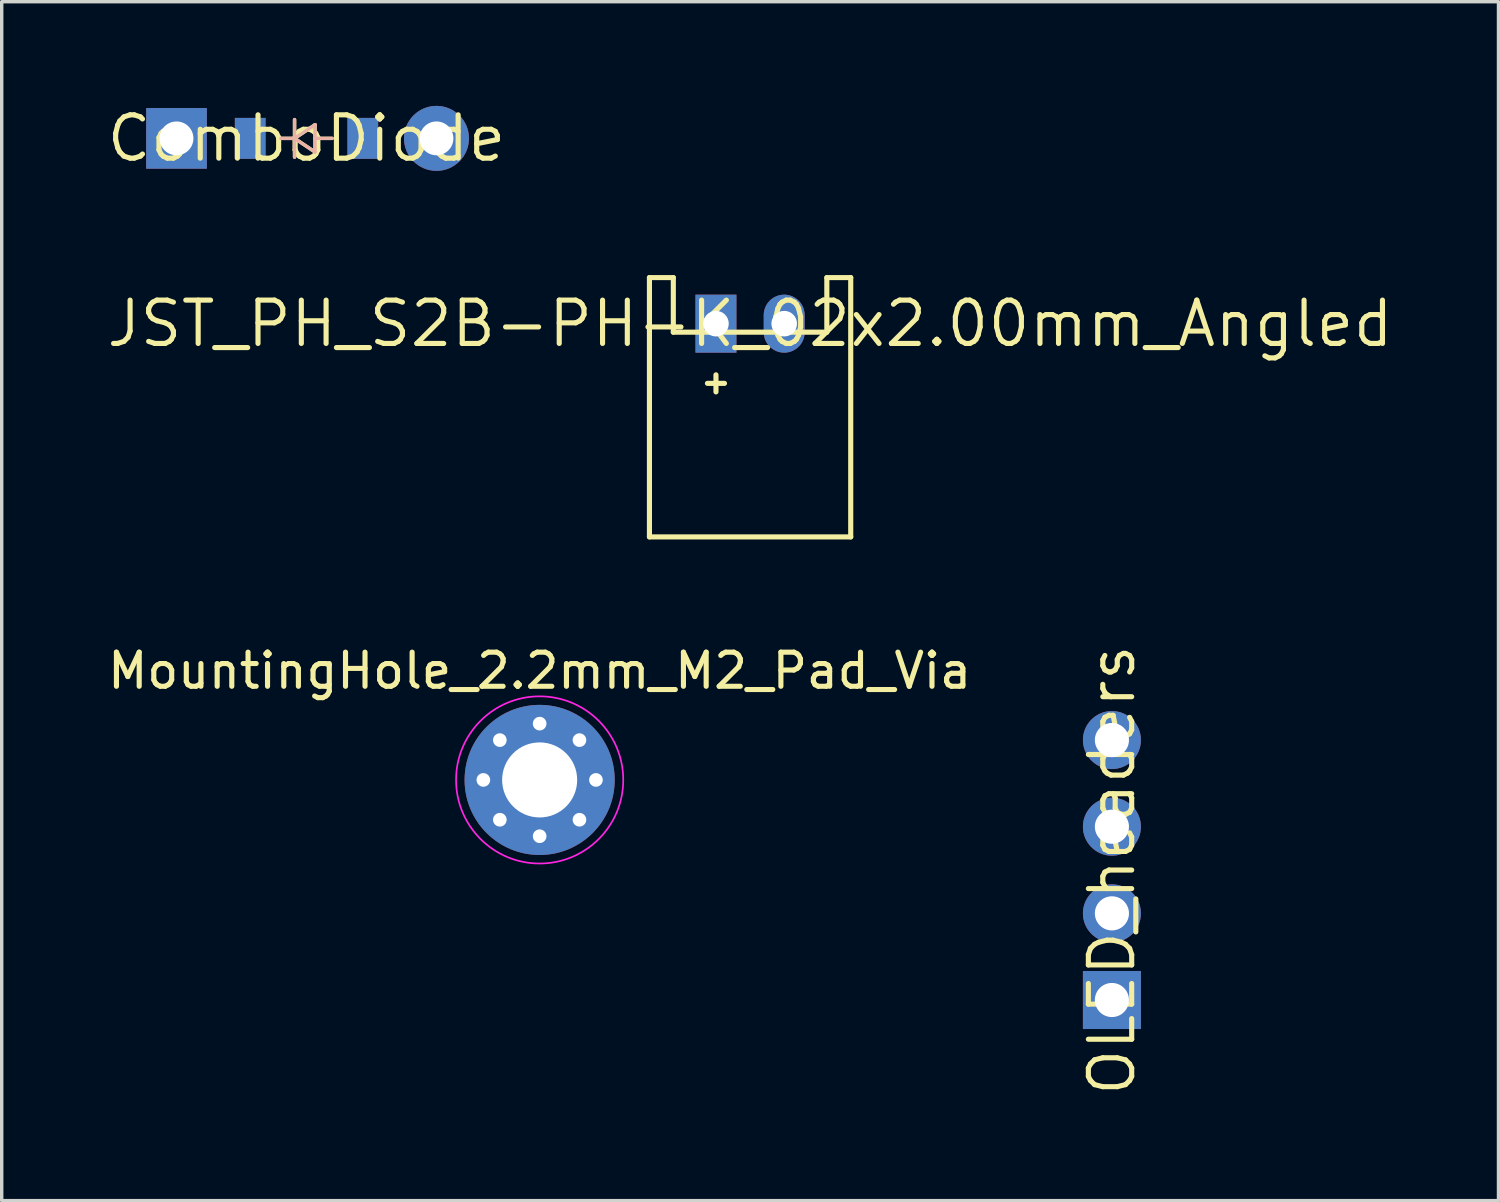
<source format=kicad_pcb>
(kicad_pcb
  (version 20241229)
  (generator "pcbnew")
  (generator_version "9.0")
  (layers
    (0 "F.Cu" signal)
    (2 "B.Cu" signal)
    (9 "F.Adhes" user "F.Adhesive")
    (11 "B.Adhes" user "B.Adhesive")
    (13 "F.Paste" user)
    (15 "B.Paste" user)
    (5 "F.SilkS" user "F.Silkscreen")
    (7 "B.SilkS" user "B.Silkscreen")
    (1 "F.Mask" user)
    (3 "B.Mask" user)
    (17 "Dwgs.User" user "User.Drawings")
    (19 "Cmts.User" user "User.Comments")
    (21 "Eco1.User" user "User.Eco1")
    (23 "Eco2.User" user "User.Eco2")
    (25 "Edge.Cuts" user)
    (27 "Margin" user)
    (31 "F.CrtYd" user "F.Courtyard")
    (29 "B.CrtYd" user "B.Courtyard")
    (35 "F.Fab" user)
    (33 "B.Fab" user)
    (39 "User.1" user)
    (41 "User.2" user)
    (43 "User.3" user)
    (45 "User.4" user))
  (footprint "MountingHole_2.2mm_M2_Pad_Via"
    (layer "F.Cu")
    (at 12.768 19.811)
    (property "Reference" "MountingHole_2.2mm_M2_Pad_Via" (at 0 -3.2 0) (layer "F.SilkS") (effects (font (size 1 1) (thickness 0.15))))
    (fp_circle (center 0 0) (end 2.45 0) (stroke (width 0.05) (type solid)) (fill no) (layer "F.CrtYd"))
    (pad "1" thru_hole circle (at -1.65 0) (size 0.7 0.7) (drill 0.4) (layers "*.Cu" "*.Mask"))
    (pad "1" thru_hole circle (at -1.167 -1.167) (size 0.7 0.7) (drill 0.4) (layers "*.Cu" "*.Mask"))
    (pad "1" thru_hole circle (at -1.167 1.167) (size 0.7 0.7) (drill 0.4) (layers "*.Cu" "*.Mask"))
    (pad "1" thru_hole circle (at 0 -1.65) (size 0.7 0.7) (drill 0.4) (layers "*.Cu" "*.Mask"))
    (pad "1" thru_hole circle (at 0 0) (size 4.4 4.4) (drill 2.2) (layers "*.Cu" "*.Mask"))
    (pad "1" thru_hole circle (at 0 1.65) (size 0.7 0.7) (drill 0.4) (layers "*.Cu" "*.Mask"))
    (pad "1" thru_hole circle (at 1.167 -1.167) (size 0.7 0.7) (drill 0.4) (layers "*.Cu" "*.Mask"))
    (pad "1" thru_hole circle (at 1.167 1.167) (size 0.7 0.7) (drill 0.4) (layers "*.Cu" "*.Mask"))
    (pad "1" thru_hole circle (at 1.65 0) (size 0.7 0.7) (drill 0.4) (layers "*.Cu" "*.Mask")))
  (footprint "ComboDiode"
    (layer "F.Cu")
    (at 5.934 1.006)
    (property "Reference" "ComboDiode" (at 0 0 0) (layer "F.SilkS") (effects (font (size 1.27 1.27) (thickness 0.15))))
    (attr through_hole)
    (fp_line (start -0.75 0) (end -0.35 0) (stroke (width 0.1) (type solid)) (layer "F.SilkS"))
    (fp_line (start -0.35 0) (end -0.35 -0.55) (stroke (width 0.1) (type solid)) (layer "F.SilkS"))
    (fp_line (start -0.35 0) (end -0.35 0.55) (stroke (width 0.1) (type solid)) (layer "F.SilkS"))
    (fp_line (start -0.35 0) (end 0.25 -0.4) (stroke (width 0.1) (type solid)) (layer "F.SilkS"))
    (fp_line (start 0.25 -0.4) (end 0.25 0.4) (stroke (width 0.1) (type solid)) (layer "F.SilkS"))
    (fp_line (start 0.25 0) (end 0.75 0) (stroke (width 0.1) (type solid)) (layer "F.SilkS"))
    (fp_line (start 0.25 0.4) (end -0.35 0) (stroke (width 0.1) (type solid)) (layer "F.SilkS"))
    (fp_line (start -0.75 0) (end -0.35 0) (stroke (width 0.1) (type solid)) (layer "B.SilkS"))
    (fp_line (start -0.35 0) (end -0.35 -0.55) (stroke (width 0.1) (type solid)) (layer "B.SilkS"))
    (fp_line (start -0.35 0) (end -0.35 0.55) (stroke (width 0.1) (type solid)) (layer "B.SilkS"))
    (fp_line (start -0.35 0) (end 0.25 -0.4) (stroke (width 0.1) (type solid)) (layer "B.SilkS"))
    (fp_line (start 0.25 -0.4) (end 0.25 0.4) (stroke (width 0.1) (type solid)) (layer "B.SilkS"))
    (fp_line (start 0.25 0) (end 0.75 0) (stroke (width 0.1) (type solid)) (layer "B.SilkS"))
    (fp_line (start 0.25 0.4) (end -0.35 0) (stroke (width 0.1) (type solid)) (layer "B.SilkS"))
    (pad "1" thru_hole rect (at -3.81 0) (size 1.778 1.778) (drill 0.991) (layers "*.Cu" "*.Mask"))
    (pad "1" smd rect (at -1.65 0) (size 0.9 1.2) (layers "F.Cu" "F.Mask" "F.Paste"))
    (pad "1" smd rect (at -1.65 0) (size 0.9 1.2) (layers "B.Cu" "B.Mask" "B.Paste"))
    (pad "2" smd rect (at 1.65 0) (size 0.9 1.2) (layers "F.Cu" "F.Mask" "F.Paste"))
    (pad "2" smd rect (at 1.65 0) (size 0.9 1.2) (layers "B.Cu" "B.Mask" "B.Paste"))
    (pad "2" thru_hole circle (at 3.81 0) (size 1.905 1.905) (drill 0.991) (layers "*.Cu" "*.Mask")))
  (footprint "JST_PH_S2B-PH-K_02x2.00mm_Angled"
    (layer "F.Cu")
    (at 18.936 6.437)
    (property "Reference" "JST_PH_S2B-PH-K_02x2.00mm_Angled" (at 0 0 0) (layer "F.SilkS") (effects (font (size 1.27 1.27) (thickness 0.15))))
    (attr through_hole)
    (fp_line (start -2.95 -1.35) (end -2.95 6.25) (stroke (width 0.15) (type solid)) (layer "F.SilkS"))
    (fp_line (start -2.95 6.25) (end 2.95 6.25) (stroke (width 0.15) (type solid)) (layer "F.SilkS"))
    (fp_line (start -2.25 -1.35) (end -2.95 -1.35) (stroke (width 0.15) (type solid)) (layer "F.SilkS"))
    (fp_line (start -2.25 0.25) (end -2.25 -1.35) (stroke (width 0.15) (type solid)) (layer "F.SilkS"))
    (fp_line (start -1.25 1.75) (end -0.75 1.75) (stroke (width 0.15) (type solid)) (layer "F.SilkS"))
    (fp_line (start -1 1.5) (end -1 2) (stroke (width 0.15) (type solid)) (layer "F.SilkS"))
    (fp_line (start 2.25 -1.35) (end 2.25 0.25) (stroke (width 0.15) (type solid)) (layer "F.SilkS"))
    (fp_line (start 2.25 0.25) (end -2.25 0.25) (stroke (width 0.15) (type solid)) (layer "F.SilkS"))
    (fp_line (start 2.95 -1.35) (end 2.25 -1.35) (stroke (width 0.15) (type solid)) (layer "F.SilkS"))
    (fp_line (start 2.95 6.25) (end 2.95 -1.35) (stroke (width 0.15) (type solid)) (layer "F.SilkS"))
    (pad "1" thru_hole rect (at -1 0) (size 1.2 1.7) (drill 0.75) (layers "*.Cu" "*.Mask"))
    (pad "2" thru_hole oval (at 1 0) (size 1.2 1.7) (drill 0.75) (layers "*.Cu" "*.Mask")))
  (footprint "OLED_headers"
    (layer "F.Cu")
    (at 29.542 22.452)
    (property "Reference" "OLED_headers" (at 0 0 270) (layer "F.SilkS") (effects (font (size 1.27 1.27) (thickness 0.15))))
    (attr through_hole)
    (pad "1" thru_hole rect (at 0 3.81 270) (size 1.7 1.7) (drill 1) (layers "*.Cu" "*.Mask"))
    (pad "2" thru_hole oval (at 0 1.27 270) (size 1.7 1.7) (drill 1) (layers "*.Cu" "*.Mask"))
    (pad "3" thru_hole oval (at 0 -1.27 270) (size 1.7 1.7) (drill 1) (layers "*.Cu" "*.Mask"))
    (pad "4" thru_hole oval (at 0 -3.81 270) (size 1.7 1.7) (drill 1) (layers "*.Cu" "*.Mask")))
  (gr_rect
    (start -3 -3)
    (end 40.873 32.142)
    (stroke (width 0.1) (type default))
    (fill no)
    (layer "Edge.Cuts")))
</source>
